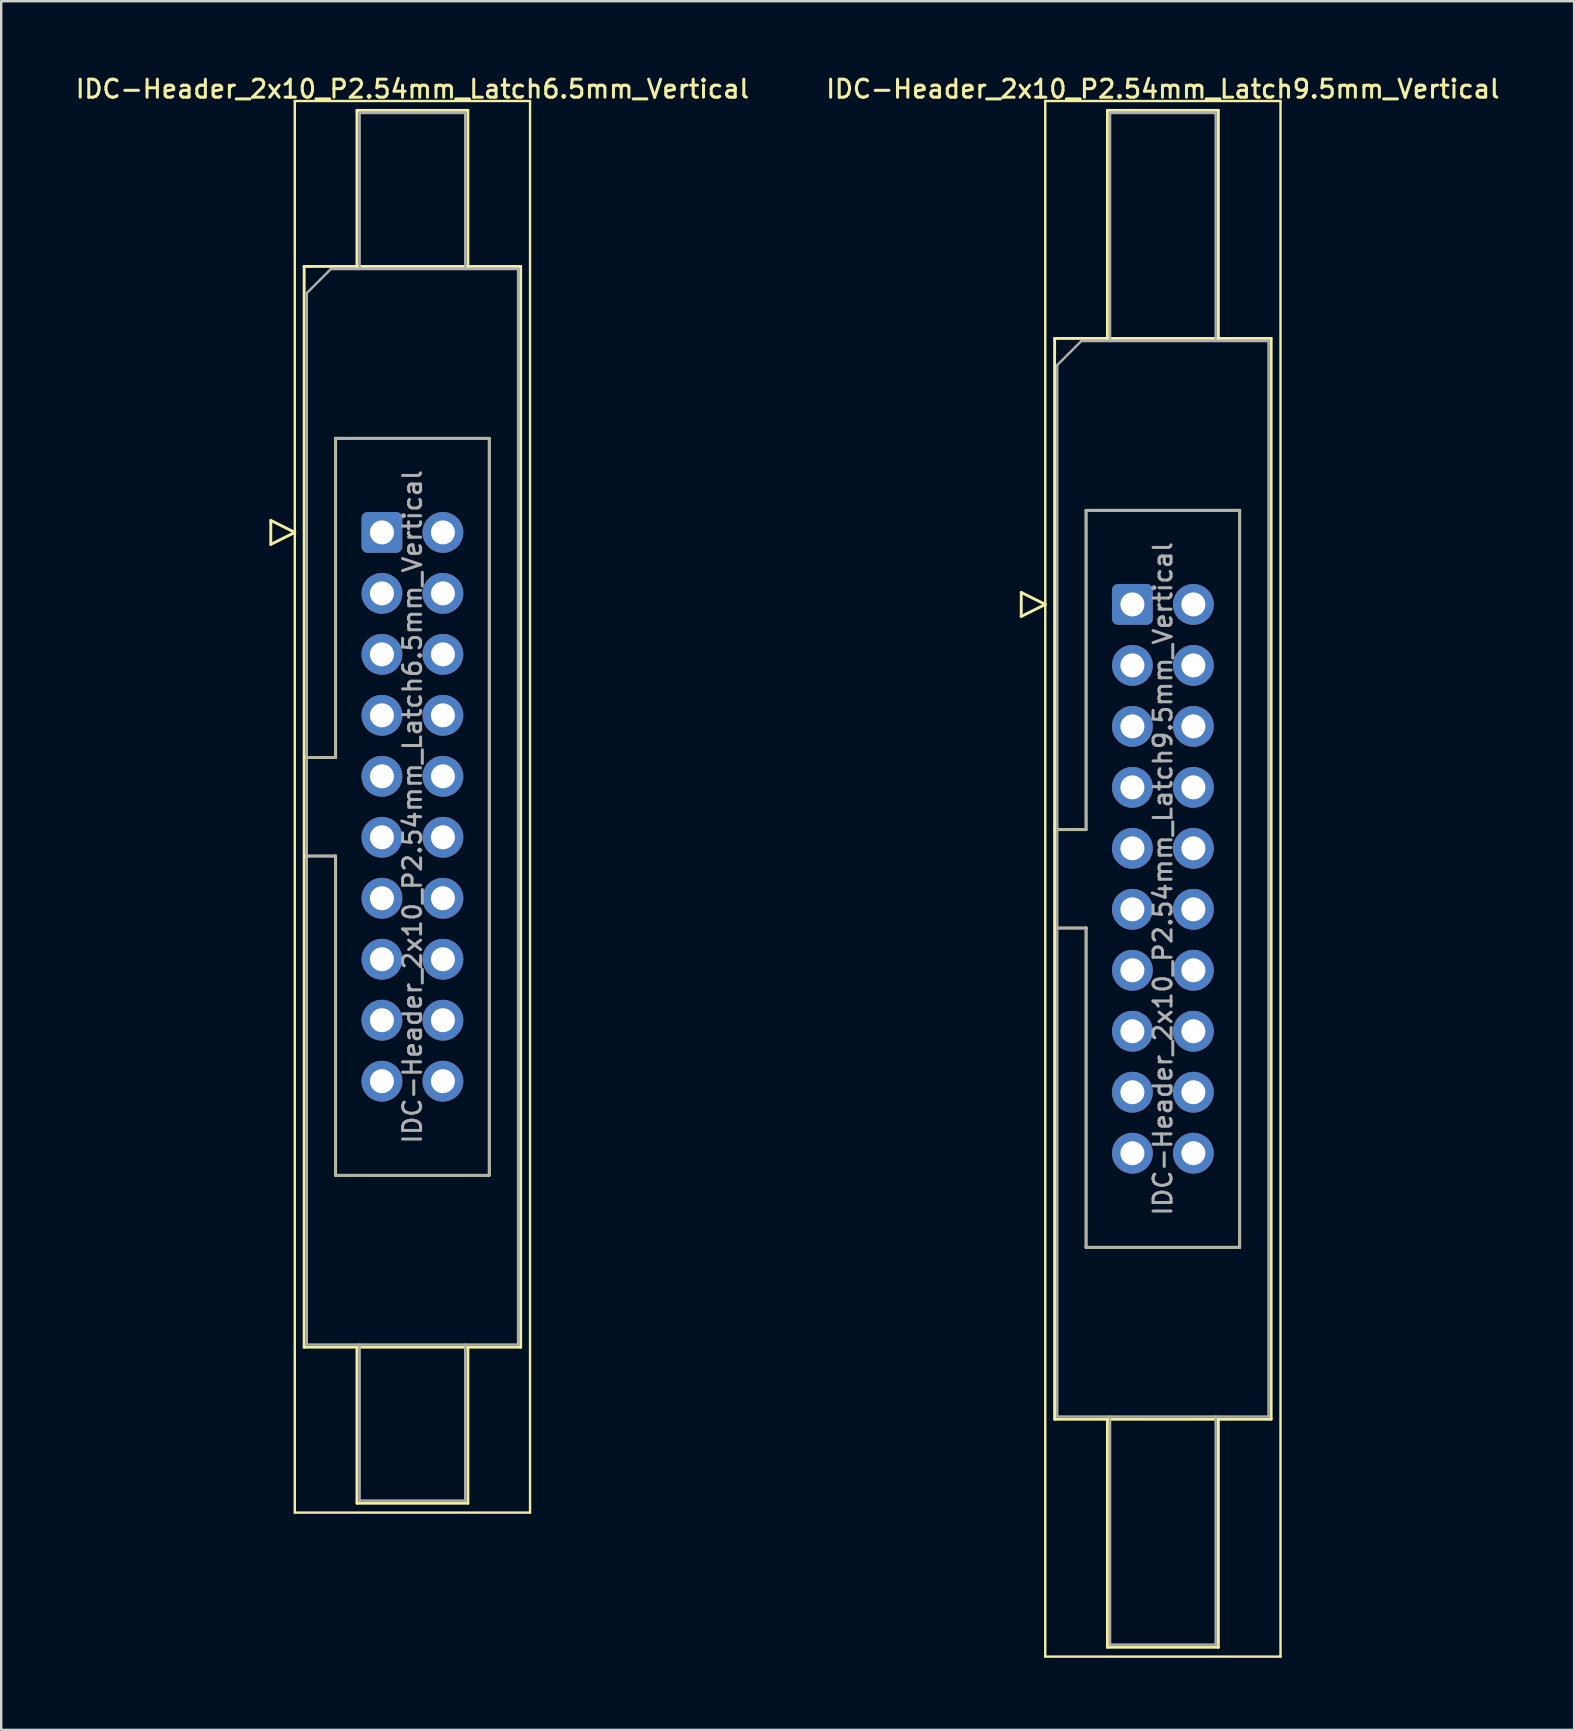
<source format=kicad_pcb>
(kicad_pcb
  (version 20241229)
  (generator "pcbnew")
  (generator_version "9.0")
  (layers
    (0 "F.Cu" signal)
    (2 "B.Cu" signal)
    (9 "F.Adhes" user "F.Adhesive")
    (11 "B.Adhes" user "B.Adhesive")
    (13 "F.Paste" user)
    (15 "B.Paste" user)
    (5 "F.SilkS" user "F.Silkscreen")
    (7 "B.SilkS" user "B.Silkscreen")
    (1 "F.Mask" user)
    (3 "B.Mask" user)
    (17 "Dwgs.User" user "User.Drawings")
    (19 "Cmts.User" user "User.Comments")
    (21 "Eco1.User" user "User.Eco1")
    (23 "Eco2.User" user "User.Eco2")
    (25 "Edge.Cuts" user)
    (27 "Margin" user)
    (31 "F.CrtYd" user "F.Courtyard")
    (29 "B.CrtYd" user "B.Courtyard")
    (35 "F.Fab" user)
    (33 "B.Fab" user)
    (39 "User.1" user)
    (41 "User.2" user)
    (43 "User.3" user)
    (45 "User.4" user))
  (footprint "IDC-Header_2x10_P2.54mm_Latch9.5mm_Vertical"
    (layer "F.Cu")
    (at 44.121 22.128)
    (property "Reference" "IDC-Header_2x10_P2.54mm_Latch9.5mm_Vertical" (at 1.27 -21.47 0) (layer "F.SilkS") (effects (font (size 0.75 0.75) (thickness 0.125))))
    (attr through_hole)
    (fp_line (start -4.63 -0.5) (end -4.63 0.5) (stroke (width 0.12) (type solid)) (layer "F.SilkS"))
    (fp_line (start -4.63 0.5) (end -3.63 0) (stroke (width 0.12) (type solid)) (layer "F.SilkS"))
    (fp_line (start -3.63 -20.97) (end -3.63 43.83) (stroke (width 0.1) (type solid)) (layer "F.SilkS"))
    (fp_line (start -3.63 0) (end -4.63 -0.5) (stroke (width 0.12) (type solid)) (layer "F.SilkS"))
    (fp_line (start -3.63 43.83) (end 6.17 43.83) (stroke (width 0.1) (type solid)) (layer "F.SilkS"))
    (fp_line (start -3.24 -11.08) (end 5.78 -11.08) (stroke (width 0.12) (type solid)) (layer "F.SilkS"))
    (fp_line (start -3.24 9.38) (end -1.93 9.38) (stroke (width 0.12) (type solid)) (layer "F.SilkS"))
    (fp_line (start -3.24 33.94) (end -3.24 -11.08) (stroke (width 0.12) (type solid)) (layer "F.SilkS"))
    (fp_line (start -1.93 -3.92) (end 4.47 -3.92) (stroke (width 0.12) (type solid)) (layer "F.SilkS"))
    (fp_line (start -1.93 9.38) (end -1.93 -3.92) (stroke (width 0.12) (type solid)) (layer "F.SilkS"))
    (fp_line (start -1.93 13.48) (end -3.24 13.48) (stroke (width 0.12) (type solid)) (layer "F.SilkS"))
    (fp_line (start -1.93 13.48) (end -1.93 13.48) (stroke (width 0.12) (type solid)) (layer "F.SilkS"))
    (fp_line (start -1.93 26.78) (end -1.93 13.48) (stroke (width 0.12) (type solid)) (layer "F.SilkS"))
    (fp_line (start -1.04 -20.58) (end 3.58 -20.58) (stroke (width 0.12) (type solid)) (layer "F.SilkS"))
    (fp_line (start -1.04 -11.08) (end -1.04 -20.58) (stroke (width 0.12) (type solid)) (layer "F.SilkS"))
    (fp_line (start -1.04 33.94) (end -1.04 43.44) (stroke (width 0.12) (type solid)) (layer "F.SilkS"))
    (fp_line (start -1.04 43.44) (end 3.58 43.44) (stroke (width 0.12) (type solid)) (layer "F.SilkS"))
    (fp_line (start 3.58 -20.58) (end 3.58 -11.08) (stroke (width 0.12) (type solid)) (layer "F.SilkS"))
    (fp_line (start 3.58 43.44) (end 3.58 33.94) (stroke (width 0.12) (type solid)) (layer "F.SilkS"))
    (fp_line (start 4.47 -3.92) (end 4.47 26.78) (stroke (width 0.12) (type solid)) (layer "F.SilkS"))
    (fp_line (start 4.47 26.78) (end -1.93 26.78) (stroke (width 0.12) (type solid)) (layer "F.SilkS"))
    (fp_line (start 5.78 -11.08) (end 5.78 33.94) (stroke (width 0.12) (type solid)) (layer "F.SilkS"))
    (fp_line (start 5.78 33.94) (end -3.24 33.94) (stroke (width 0.12) (type solid)) (layer "F.SilkS"))
    (fp_line (start 6.17 -20.97) (end -3.63 -20.97) (stroke (width 0.1) (type solid)) (layer "F.SilkS"))
    (fp_line (start 6.17 43.83) (end 6.17 -20.97) (stroke (width 0.1) (type solid)) (layer "F.SilkS"))
    (fp_line (start -3.13 -9.97) (end -2.13 -10.97) (stroke (width 0.1) (type solid)) (layer "F.Fab"))
    (fp_line (start -3.13 9.38) (end -1.93 9.38) (stroke (width 0.1) (type solid)) (layer "F.Fab"))
    (fp_line (start -3.13 33.83) (end -3.13 -9.97) (stroke (width 0.1) (type solid)) (layer "F.Fab"))
    (fp_line (start -2.13 -10.97) (end 5.67 -10.97) (stroke (width 0.1) (type solid)) (layer "F.Fab"))
    (fp_line (start -1.93 -3.92) (end 4.47 -3.92) (stroke (width 0.1) (type solid)) (layer "F.Fab"))
    (fp_line (start -1.93 9.38) (end -1.93 -3.92) (stroke (width 0.1) (type solid)) (layer "F.Fab"))
    (fp_line (start -1.93 13.48) (end -3.13 13.48) (stroke (width 0.1) (type solid)) (layer "F.Fab"))
    (fp_line (start -1.93 13.48) (end -1.93 13.48) (stroke (width 0.1) (type solid)) (layer "F.Fab"))
    (fp_line (start -1.93 26.78) (end -1.93 13.48) (stroke (width 0.1) (type solid)) (layer "F.Fab"))
    (fp_line (start -0.93 -20.47) (end 3.47 -20.47) (stroke (width 0.1) (type solid)) (layer "F.Fab"))
    (fp_line (start -0.93 -10.97) (end -0.93 -20.47) (stroke (width 0.1) (type solid)) (layer "F.Fab"))
    (fp_line (start -0.93 33.83) (end -0.93 43.33) (stroke (width 0.1) (type solid)) (layer "F.Fab"))
    (fp_line (start -0.93 43.33) (end 3.47 43.33) (stroke (width 0.1) (type solid)) (layer "F.Fab"))
    (fp_line (start 3.47 -20.47) (end 3.47 -10.97) (stroke (width 0.1) (type solid)) (layer "F.Fab"))
    (fp_line (start 3.47 43.33) (end 3.47 33.83) (stroke (width 0.1) (type solid)) (layer "F.Fab"))
    (fp_line (start 4.47 -3.92) (end 4.47 26.78) (stroke (width 0.1) (type solid)) (layer "F.Fab"))
    (fp_line (start 4.47 26.78) (end -1.93 26.78) (stroke (width 0.1) (type solid)) (layer "F.Fab"))
    (fp_line (start 5.67 -10.97) (end 5.67 33.83) (stroke (width 0.1) (type solid)) (layer "F.Fab"))
    (fp_line (start 5.67 33.83) (end -3.13 33.83) (stroke (width 0.1) (type solid)) (layer "F.Fab"))
    (fp_text user "${REFERENCE}" (at 1.27 11.43 90) (layer "F.Fab") (effects (font (size 0.75 0.75) (thickness 0.125))))
    (pad "1" thru_hole roundrect (at 0 0) (size 1.7 1.7) (drill 1) (layers "*.Cu" "*.Mask") (roundrect_rratio 0.147))
    (pad "2" thru_hole circle (at 2.54 0) (size 1.7 1.7) (drill 1) (layers "*.Cu" "*.Mask"))
    (pad "3" thru_hole circle (at 0 2.54) (size 1.7 1.7) (drill 1) (layers "*.Cu" "*.Mask"))
    (pad "4" thru_hole circle (at 2.54 2.54) (size 1.7 1.7) (drill 1) (layers "*.Cu" "*.Mask"))
    (pad "5" thru_hole circle (at 0 5.08) (size 1.7 1.7) (drill 1) (layers "*.Cu" "*.Mask"))
    (pad "6" thru_hole circle (at 2.54 5.08) (size 1.7 1.7) (drill 1) (layers "*.Cu" "*.Mask"))
    (pad "7" thru_hole circle (at 0 7.62) (size 1.7 1.7) (drill 1) (layers "*.Cu" "*.Mask"))
    (pad "8" thru_hole circle (at 2.54 7.62) (size 1.7 1.7) (drill 1) (layers "*.Cu" "*.Mask"))
    (pad "9" thru_hole circle (at 0 10.16) (size 1.7 1.7) (drill 1) (layers "*.Cu" "*.Mask"))
    (pad "10" thru_hole circle (at 2.54 10.16) (size 1.7 1.7) (drill 1) (layers "*.Cu" "*.Mask"))
    (pad "11" thru_hole circle (at 0 12.7) (size 1.7 1.7) (drill 1) (layers "*.Cu" "*.Mask"))
    (pad "12" thru_hole circle (at 2.54 12.7) (size 1.7 1.7) (drill 1) (layers "*.Cu" "*.Mask"))
    (pad "13" thru_hole circle (at 0 15.24) (size 1.7 1.7) (drill 1) (layers "*.Cu" "*.Mask"))
    (pad "14" thru_hole circle (at 2.54 15.24) (size 1.7 1.7) (drill 1) (layers "*.Cu" "*.Mask"))
    (pad "15" thru_hole circle (at 0 17.78) (size 1.7 1.7) (drill 1) (layers "*.Cu" "*.Mask"))
    (pad "16" thru_hole circle (at 2.54 17.78) (size 1.7 1.7) (drill 1) (layers "*.Cu" "*.Mask"))
    (pad "17" thru_hole circle (at 0 20.32) (size 1.7 1.7) (drill 1) (layers "*.Cu" "*.Mask"))
    (pad "18" thru_hole circle (at 2.54 20.32) (size 1.7 1.7) (drill 1) (layers "*.Cu" "*.Mask"))
    (pad "19" thru_hole circle (at 0 22.86) (size 1.7 1.7) (drill 1) (layers "*.Cu" "*.Mask"))
    (pad "20" thru_hole circle (at 2.54 22.86) (size 1.7 1.7) (drill 1) (layers "*.Cu" "*.Mask")))
  (footprint "IDC-Header_2x10_P2.54mm_Latch6.5mm_Vertical"
    (layer "F.Cu")
    (at 12.86 19.128)
    (property "Reference" "IDC-Header_2x10_P2.54mm_Latch6.5mm_Vertical" (at 1.27 -18.47 0) (layer "F.SilkS") (effects (font (size 0.75 0.75) (thickness 0.125))))
    (attr through_hole)
    (fp_line (start -4.63 -0.5) (end -4.63 0.5) (stroke (width 0.12) (type solid)) (layer "F.SilkS"))
    (fp_line (start -4.63 0.5) (end -3.63 0) (stroke (width 0.12) (type solid)) (layer "F.SilkS"))
    (fp_line (start -3.63 -17.97) (end -3.63 40.83) (stroke (width 0.1) (type solid)) (layer "F.SilkS"))
    (fp_line (start -3.63 0) (end -4.63 -0.5) (stroke (width 0.12) (type solid)) (layer "F.SilkS"))
    (fp_line (start -3.63 40.83) (end 6.17 40.83) (stroke (width 0.1) (type solid)) (layer "F.SilkS"))
    (fp_line (start -3.24 -11.08) (end 5.78 -11.08) (stroke (width 0.12) (type solid)) (layer "F.SilkS"))
    (fp_line (start -3.24 9.38) (end -1.93 9.38) (stroke (width 0.12) (type solid)) (layer "F.SilkS"))
    (fp_line (start -3.24 33.94) (end -3.24 -11.08) (stroke (width 0.12) (type solid)) (layer "F.SilkS"))
    (fp_line (start -1.93 -3.92) (end 4.47 -3.92) (stroke (width 0.12) (type solid)) (layer "F.SilkS"))
    (fp_line (start -1.93 9.38) (end -1.93 -3.92) (stroke (width 0.12) (type solid)) (layer "F.SilkS"))
    (fp_line (start -1.93 13.48) (end -3.24 13.48) (stroke (width 0.12) (type solid)) (layer "F.SilkS"))
    (fp_line (start -1.93 13.48) (end -1.93 13.48) (stroke (width 0.12) (type solid)) (layer "F.SilkS"))
    (fp_line (start -1.93 26.78) (end -1.93 13.48) (stroke (width 0.12) (type solid)) (layer "F.SilkS"))
    (fp_line (start -1.04 -17.58) (end 3.58 -17.58) (stroke (width 0.12) (type solid)) (layer "F.SilkS"))
    (fp_line (start -1.04 -11.08) (end -1.04 -17.58) (stroke (width 0.12) (type solid)) (layer "F.SilkS"))
    (fp_line (start -1.04 33.94) (end -1.04 40.44) (stroke (width 0.12) (type solid)) (layer "F.SilkS"))
    (fp_line (start -1.04 40.44) (end 3.58 40.44) (stroke (width 0.12) (type solid)) (layer "F.SilkS"))
    (fp_line (start 3.58 -17.58) (end 3.58 -11.08) (stroke (width 0.12) (type solid)) (layer "F.SilkS"))
    (fp_line (start 3.58 40.44) (end 3.58 33.94) (stroke (width 0.12) (type solid)) (layer "F.SilkS"))
    (fp_line (start 4.47 -3.92) (end 4.47 26.78) (stroke (width 0.12) (type solid)) (layer "F.SilkS"))
    (fp_line (start 4.47 26.78) (end -1.93 26.78) (stroke (width 0.12) (type solid)) (layer "F.SilkS"))
    (fp_line (start 5.78 -11.08) (end 5.78 33.94) (stroke (width 0.12) (type solid)) (layer "F.SilkS"))
    (fp_line (start 5.78 33.94) (end -3.24 33.94) (stroke (width 0.12) (type solid)) (layer "F.SilkS"))
    (fp_line (start 6.17 -17.97) (end -3.63 -17.97) (stroke (width 0.1) (type solid)) (layer "F.SilkS"))
    (fp_line (start 6.17 40.83) (end 6.17 -17.97) (stroke (width 0.1) (type solid)) (layer "F.SilkS"))
    (fp_line (start -3.13 -9.97) (end -2.13 -10.97) (stroke (width 0.1) (type solid)) (layer "F.Fab"))
    (fp_line (start -3.13 9.38) (end -1.93 9.38) (stroke (width 0.1) (type solid)) (layer "F.Fab"))
    (fp_line (start -3.13 33.83) (end -3.13 -9.97) (stroke (width 0.1) (type solid)) (layer "F.Fab"))
    (fp_line (start -2.13 -10.97) (end 5.67 -10.97) (stroke (width 0.1) (type solid)) (layer "F.Fab"))
    (fp_line (start -1.93 -3.92) (end 4.47 -3.92) (stroke (width 0.1) (type solid)) (layer "F.Fab"))
    (fp_line (start -1.93 9.38) (end -1.93 -3.92) (stroke (width 0.1) (type solid)) (layer "F.Fab"))
    (fp_line (start -1.93 13.48) (end -3.13 13.48) (stroke (width 0.1) (type solid)) (layer "F.Fab"))
    (fp_line (start -1.93 13.48) (end -1.93 13.48) (stroke (width 0.1) (type solid)) (layer "F.Fab"))
    (fp_line (start -1.93 26.78) (end -1.93 13.48) (stroke (width 0.1) (type solid)) (layer "F.Fab"))
    (fp_line (start -0.93 -17.47) (end 3.47 -17.47) (stroke (width 0.1) (type solid)) (layer "F.Fab"))
    (fp_line (start -0.93 -10.97) (end -0.93 -17.47) (stroke (width 0.1) (type solid)) (layer "F.Fab"))
    (fp_line (start -0.93 33.83) (end -0.93 40.33) (stroke (width 0.1) (type solid)) (layer "F.Fab"))
    (fp_line (start -0.93 40.33) (end 3.47 40.33) (stroke (width 0.1) (type solid)) (layer "F.Fab"))
    (fp_line (start 3.47 -17.47) (end 3.47 -10.97) (stroke (width 0.1) (type solid)) (layer "F.Fab"))
    (fp_line (start 3.47 40.33) (end 3.47 33.83) (stroke (width 0.1) (type solid)) (layer "F.Fab"))
    (fp_line (start 4.47 -3.92) (end 4.47 26.78) (stroke (width 0.1) (type solid)) (layer "F.Fab"))
    (fp_line (start 4.47 26.78) (end -1.93 26.78) (stroke (width 0.1) (type solid)) (layer "F.Fab"))
    (fp_line (start 5.67 -10.97) (end 5.67 33.83) (stroke (width 0.1) (type solid)) (layer "F.Fab"))
    (fp_line (start 5.67 33.83) (end -3.13 33.83) (stroke (width 0.1) (type solid)) (layer "F.Fab"))
    (fp_text user "${REFERENCE}" (at 1.27 11.43 90) (layer "F.Fab") (effects (font (size 0.75 0.75) (thickness 0.125))))
    (pad "1" thru_hole roundrect (at 0 0) (size 1.7 1.7) (drill 1) (layers "*.Cu" "*.Mask") (roundrect_rratio 0.147))
    (pad "2" thru_hole circle (at 2.54 0) (size 1.7 1.7) (drill 1) (layers "*.Cu" "*.Mask"))
    (pad "3" thru_hole circle (at 0 2.54) (size 1.7 1.7) (drill 1) (layers "*.Cu" "*.Mask"))
    (pad "4" thru_hole circle (at 2.54 2.54) (size 1.7 1.7) (drill 1) (layers "*.Cu" "*.Mask"))
    (pad "5" thru_hole circle (at 0 5.08) (size 1.7 1.7) (drill 1) (layers "*.Cu" "*.Mask"))
    (pad "6" thru_hole circle (at 2.54 5.08) (size 1.7 1.7) (drill 1) (layers "*.Cu" "*.Mask"))
    (pad "7" thru_hole circle (at 0 7.62) (size 1.7 1.7) (drill 1) (layers "*.Cu" "*.Mask"))
    (pad "8" thru_hole circle (at 2.54 7.62) (size 1.7 1.7) (drill 1) (layers "*.Cu" "*.Mask"))
    (pad "9" thru_hole circle (at 0 10.16) (size 1.7 1.7) (drill 1) (layers "*.Cu" "*.Mask"))
    (pad "10" thru_hole circle (at 2.54 10.16) (size 1.7 1.7) (drill 1) (layers "*.Cu" "*.Mask"))
    (pad "11" thru_hole circle (at 0 12.7) (size 1.7 1.7) (drill 1) (layers "*.Cu" "*.Mask"))
    (pad "12" thru_hole circle (at 2.54 12.7) (size 1.7 1.7) (drill 1) (layers "*.Cu" "*.Mask"))
    (pad "13" thru_hole circle (at 0 15.24) (size 1.7 1.7) (drill 1) (layers "*.Cu" "*.Mask"))
    (pad "14" thru_hole circle (at 2.54 15.24) (size 1.7 1.7) (drill 1) (layers "*.Cu" "*.Mask"))
    (pad "15" thru_hole circle (at 0 17.78) (size 1.7 1.7) (drill 1) (layers "*.Cu" "*.Mask"))
    (pad "16" thru_hole circle (at 2.54 17.78) (size 1.7 1.7) (drill 1) (layers "*.Cu" "*.Mask"))
    (pad "17" thru_hole circle (at 0 20.32) (size 1.7 1.7) (drill 1) (layers "*.Cu" "*.Mask"))
    (pad "18" thru_hole circle (at 2.54 20.32) (size 1.7 1.7) (drill 1) (layers "*.Cu" "*.Mask"))
    (pad "19" thru_hole circle (at 0 22.86) (size 1.7 1.7) (drill 1) (layers "*.Cu" "*.Mask"))
    (pad "20" thru_hole circle (at 2.54 22.86) (size 1.7 1.7) (drill 1) (layers "*.Cu" "*.Mask")))
  (gr_rect
    (start -3 -3)
    (end 62.521 69.008)
    (stroke (width 0.1) (type default))
    (fill no)
    (layer "Edge.Cuts")))
</source>
